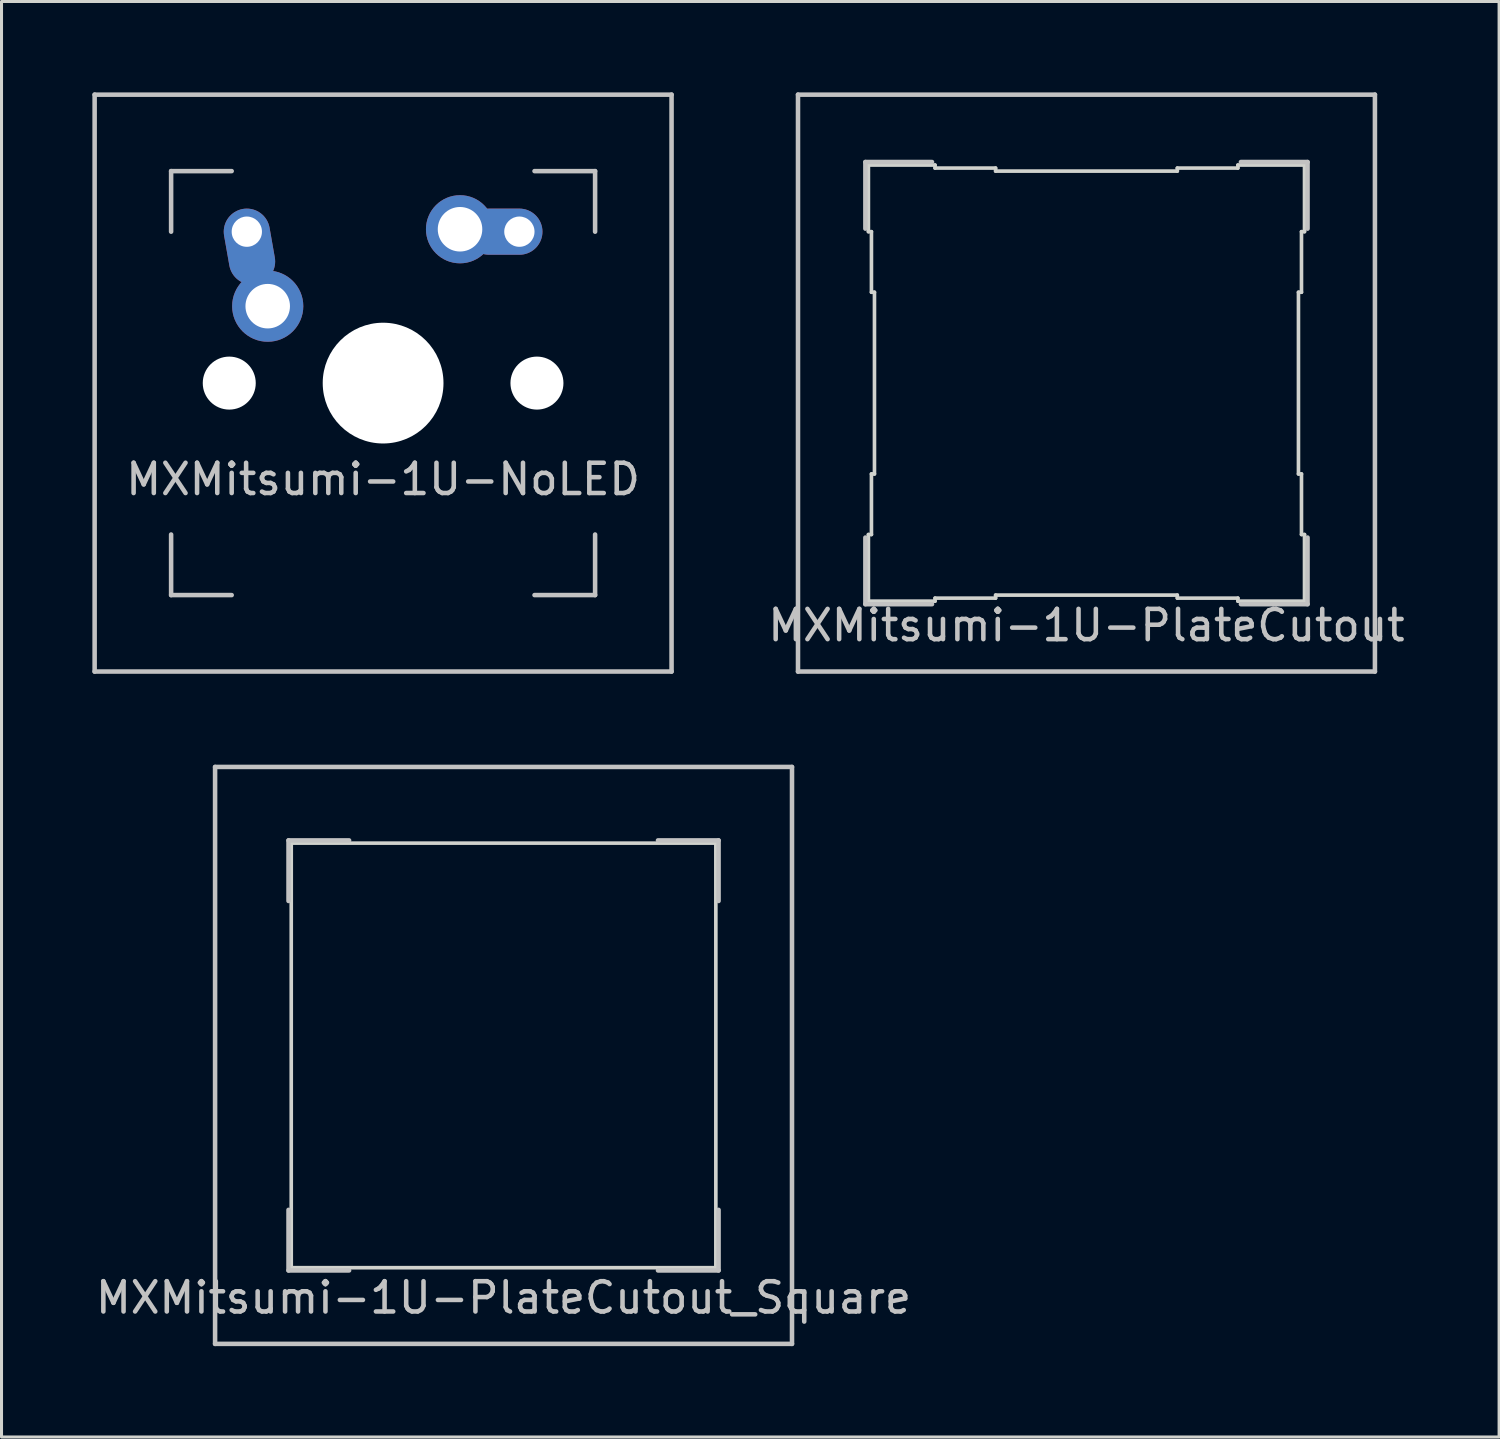
<source format=kicad_pcb>
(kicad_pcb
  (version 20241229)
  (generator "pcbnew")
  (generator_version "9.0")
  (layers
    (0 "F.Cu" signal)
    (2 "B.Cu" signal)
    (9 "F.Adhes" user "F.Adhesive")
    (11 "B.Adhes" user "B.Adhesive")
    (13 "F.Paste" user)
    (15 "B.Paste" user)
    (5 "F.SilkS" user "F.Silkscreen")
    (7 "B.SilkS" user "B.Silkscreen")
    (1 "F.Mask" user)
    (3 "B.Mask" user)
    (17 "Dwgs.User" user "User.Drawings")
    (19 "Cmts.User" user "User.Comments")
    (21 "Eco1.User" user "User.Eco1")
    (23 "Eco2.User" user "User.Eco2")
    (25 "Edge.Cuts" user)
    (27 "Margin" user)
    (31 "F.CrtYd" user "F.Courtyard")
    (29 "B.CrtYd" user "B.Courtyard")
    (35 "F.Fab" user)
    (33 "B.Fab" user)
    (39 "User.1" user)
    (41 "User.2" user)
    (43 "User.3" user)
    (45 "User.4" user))
  (footprint "MXMitsumi-1U-NoLED"
    (layer "F.Cu")
    (at 9.6 9.6)
    (property "Reference" "MXMitsumi-1U-NoLED" (at 0 3.175 0) (layer "Dwgs.User") (effects (font (size 1 1) (thickness 0.15))))
    (attr through_hole)
    (fp_line (start -9.525 -9.525) (end 9.525 -9.525) (stroke (width 0.15) (type solid)) (layer "Dwgs.User"))
    (fp_line (start -9.525 9.525) (end -9.525 -9.525) (stroke (width 0.15) (type solid)) (layer "Dwgs.User"))
    (fp_line (start -7 -7) (end -7 -5) (stroke (width 0.15) (type solid)) (layer "Dwgs.User"))
    (fp_line (start -7 5) (end -7 7) (stroke (width 0.15) (type solid)) (layer "Dwgs.User"))
    (fp_line (start -7 7) (end -5 7) (stroke (width 0.15) (type solid)) (layer "Dwgs.User"))
    (fp_line (start -5 -7) (end -7 -7) (stroke (width 0.15) (type solid)) (layer "Dwgs.User"))
    (fp_line (start 5 -7) (end 7 -7) (stroke (width 0.15) (type solid)) (layer "Dwgs.User"))
    (fp_line (start 5 7) (end 7 7) (stroke (width 0.15) (type solid)) (layer "Dwgs.User"))
    (fp_line (start 7 -7) (end 7 -5) (stroke (width 0.15) (type solid)) (layer "Dwgs.User"))
    (fp_line (start 7 7) (end 7 5) (stroke (width 0.15) (type solid)) (layer "Dwgs.User"))
    (fp_line (start 9.525 -9.525) (end 9.525 9.525) (stroke (width 0.15) (type solid)) (layer "Dwgs.User"))
    (fp_line (start 9.525 9.525) (end -9.525 9.525) (stroke (width 0.15) (type solid)) (layer "Dwgs.User"))
    (pad "" np_thru_hole circle (at -5.08 0 48.1) (size 1.75 1.75) (drill 1.75) (layers "*.Cu" "*.Mask"))
    (pad "" np_thru_hole circle (at 0 0) (size 3.988 3.988) (drill 3.988) (layers "*.Cu" "*.Mask"))
    (pad "" np_thru_hole circle (at 5.08 0 48.1) (size 1.75 1.75) (drill 1.75) (layers "*.Cu" "*.Mask"))
    (pad "1" thru_hole oval (at -4.5 -5 280) (size 2.524 1.524) (drill 1 (offset 0.5 0)) (layers "*.Cu" "B.Mask"))
    (pad "1" thru_hole circle (at -3.81 -2.54) (size 2.35 2.35) (drill 1.47) (layers "*.Cu" "B.Mask"))
    (pad "2" thru_hole circle (at 2.54 -5.08) (size 2.25 2.25) (drill 1.47) (layers "*.Cu" "B.Mask"))
    (pad "2" thru_hole oval (at 4.5 -5) (size 2.524 1.524) (drill 1 (offset -0.5 0)) (layers "*.Cu" "B.Mask")))
  (footprint "MXMitsumi-1U-PlateCutout_Square"
    (layer "F.Cu")
    (at 13.577 31.8)
    (property "Reference" "MXMitsumi-1U-PlateCutout_Square" (at 0 8 0) (layer "Dwgs.User") (effects (font (size 1 1) (thickness 0.15))))
    (attr through_hole)
    (fp_line (start -9.525 -9.525) (end 9.525 -9.525) (stroke (width 0.15) (type solid)) (layer "Dwgs.User"))
    (fp_line (start -9.525 9.525) (end -9.525 -9.525) (stroke (width 0.15) (type solid)) (layer "Dwgs.User"))
    (fp_line (start -7.1 -7.1) (end -7.1 -5.1) (stroke (width 0.15) (type solid)) (layer "Dwgs.User"))
    (fp_line (start -7.1 5.1) (end -7.1 7.1) (stroke (width 0.15) (type solid)) (layer "Dwgs.User"))
    (fp_line (start -7.1 7.1) (end -5.1 7.1) (stroke (width 0.15) (type solid)) (layer "Dwgs.User"))
    (fp_line (start -5.1 -7.1) (end -7.1 -7.1) (stroke (width 0.15) (type solid)) (layer "Dwgs.User"))
    (fp_line (start 5.1 -7.1) (end 7.1 -7.1) (stroke (width 0.15) (type solid)) (layer "Dwgs.User"))
    (fp_line (start 5.1 7.1) (end 7.1 7.1) (stroke (width 0.15) (type solid)) (layer "Dwgs.User"))
    (fp_line (start 7.1 -7.1) (end 7.1 -5.1) (stroke (width 0.15) (type solid)) (layer "Dwgs.User"))
    (fp_line (start 7.1 7.1) (end 7.1 5.1) (stroke (width 0.15) (type solid)) (layer "Dwgs.User"))
    (fp_line (start 9.525 -9.525) (end 9.525 9.525) (stroke (width 0.15) (type solid)) (layer "Dwgs.User"))
    (fp_line (start 9.525 9.525) (end -9.525 9.525) (stroke (width 0.15) (type solid)) (layer "Dwgs.User"))
    (fp_line (start -7.01 -7.01) (end 7.01 -7.01) (stroke (width 0.12) (type solid)) (layer "Edge.Cuts"))
    (fp_line (start -7.01 7.01) (end -7.01 -7.01) (stroke (width 0.12) (type solid)) (layer "Edge.Cuts"))
    (fp_line (start 7.01 -7.01) (end 7.01 7.01) (stroke (width 0.12) (type solid)) (layer "Edge.Cuts"))
    (fp_line (start 7.01 7.01) (end -7.01 7.01) (stroke (width 0.12) (type solid)) (layer "Edge.Cuts")))
  (footprint "MXMitsumi-1U-PlateCutout"
    (layer "F.Cu")
    (at 32.825 9.6)
    (property "Reference" "MXMitsumi-1U-PlateCutout" (at 0 8 0) (layer "Dwgs.User") (effects (font (size 1 1) (thickness 0.15))))
    (attr through_hole)
    (fp_line (start -9.525 -9.525) (end 9.525 -9.525) (stroke (width 0.15) (type solid)) (layer "Dwgs.User"))
    (fp_line (start -9.525 9.525) (end -9.525 -9.525) (stroke (width 0.15) (type solid)) (layer "Dwgs.User"))
    (fp_line (start -7.3 -7.3) (end -7.3 -5.1) (stroke (width 0.15) (type solid)) (layer "Dwgs.User"))
    (fp_line (start -7.3 5.1) (end -7.3 7.3) (stroke (width 0.15) (type solid)) (layer "Dwgs.User"))
    (fp_line (start -7.3 7.3) (end -5.1 7.3) (stroke (width 0.15) (type solid)) (layer "Dwgs.User"))
    (fp_line (start -5.1 -7.3) (end -7.3 -7.3) (stroke (width 0.15) (type solid)) (layer "Dwgs.User"))
    (fp_line (start 5.1 -7.3) (end 7.3 -7.3) (stroke (width 0.15) (type solid)) (layer "Dwgs.User"))
    (fp_line (start 5.1 7.3) (end 7.3 7.3) (stroke (width 0.15) (type solid)) (layer "Dwgs.User"))
    (fp_line (start 7.3 -7.3) (end 7.3 -5.1) (stroke (width 0.15) (type solid)) (layer "Dwgs.User"))
    (fp_line (start 7.3 7.3) (end 7.3 5.1) (stroke (width 0.15) (type solid)) (layer "Dwgs.User"))
    (fp_line (start 9.525 -9.525) (end 9.525 9.525) (stroke (width 0.15) (type solid)) (layer "Dwgs.User"))
    (fp_line (start 9.525 9.525) (end -9.525 9.525) (stroke (width 0.15) (type solid)) (layer "Dwgs.User"))
    (fp_line (start -7.2 -7.2) (end -7.2 -5) (stroke (width 0.12) (type solid)) (layer "Edge.Cuts"))
    (fp_line (start -7.2 -5) (end -7.1 -5) (stroke (width 0.12) (type solid)) (layer "Edge.Cuts"))
    (fp_line (start -7.2 5) (end -7.2 7.2) (stroke (width 0.12) (type solid)) (layer "Edge.Cuts"))
    (fp_line (start -7.2 5) (end -7.1 5) (stroke (width 0.12) (type solid)) (layer "Edge.Cuts"))
    (fp_line (start -7.1 -5) (end -7.1 -3) (stroke (width 0.12) (type solid)) (layer "Edge.Cuts"))
    (fp_line (start -7.1 -3) (end -7 -3) (stroke (width 0.12) (type solid)) (layer "Edge.Cuts"))
    (fp_line (start -7.1 3) (end -7.1 5) (stroke (width 0.12) (type solid)) (layer "Edge.Cuts"))
    (fp_line (start -7.1 3) (end -7 3) (stroke (width 0.12) (type solid)) (layer "Edge.Cuts"))
    (fp_line (start -7 3) (end -7 -3) (stroke (width 0.12) (type solid)) (layer "Edge.Cuts"))
    (fp_line (start -5 -7.2) (end -7.2 -7.2) (stroke (width 0.12) (type solid)) (layer "Edge.Cuts"))
    (fp_line (start -5 -7.2) (end -5 -7.1) (stroke (width 0.12) (type solid)) (layer "Edge.Cuts"))
    (fp_line (start -5 7.1) (end -5 7.2) (stroke (width 0.12) (type solid)) (layer "Edge.Cuts"))
    (fp_line (start -5 7.2) (end -7.2 7.2) (stroke (width 0.12) (type solid)) (layer "Edge.Cuts"))
    (fp_line (start -3 -7.1) (end -5 -7.1) (stroke (width 0.12) (type solid)) (layer "Edge.Cuts"))
    (fp_line (start -3 -7.1) (end -3 -7) (stroke (width 0.12) (type solid)) (layer "Edge.Cuts"))
    (fp_line (start -3 -7) (end 3 -7) (stroke (width 0.12) (type solid)) (layer "Edge.Cuts"))
    (fp_line (start -3 7) (end -3 7.1) (stroke (width 0.12) (type solid)) (layer "Edge.Cuts"))
    (fp_line (start -3 7.1) (end -5 7.1) (stroke (width 0.12) (type solid)) (layer "Edge.Cuts"))
    (fp_line (start 3 -7.1) (end 3 -7) (stroke (width 0.12) (type solid)) (layer "Edge.Cuts"))
    (fp_line (start 3 7) (end -3 7) (stroke (width 0.12) (type solid)) (layer "Edge.Cuts"))
    (fp_line (start 3 7) (end 3 7.1) (stroke (width 0.12) (type solid)) (layer "Edge.Cuts"))
    (fp_line (start 5 -7.2) (end 5 -7.1) (stroke (width 0.12) (type solid)) (layer "Edge.Cuts"))
    (fp_line (start 5 -7.1) (end 3 -7.1) (stroke (width 0.12) (type solid)) (layer "Edge.Cuts"))
    (fp_line (start 5 7.1) (end 3 7.1) (stroke (width 0.12) (type solid)) (layer "Edge.Cuts"))
    (fp_line (start 5 7.1) (end 5 7.2) (stroke (width 0.12) (type solid)) (layer "Edge.Cuts"))
    (fp_line (start 7 -3) (end 7 3) (stroke (width 0.12) (type solid)) (layer "Edge.Cuts"))
    (fp_line (start 7 -3) (end 7.1 -3) (stroke (width 0.12) (type solid)) (layer "Edge.Cuts"))
    (fp_line (start 7 3) (end 7.1 3) (stroke (width 0.12) (type solid)) (layer "Edge.Cuts"))
    (fp_line (start 7.1 -5) (end 7.1 -3) (stroke (width 0.12) (type solid)) (layer "Edge.Cuts"))
    (fp_line (start 7.1 -5) (end 7.2 -5) (stroke (width 0.12) (type solid)) (layer "Edge.Cuts"))
    (fp_line (start 7.1 3) (end 7.1 5) (stroke (width 0.12) (type solid)) (layer "Edge.Cuts"))
    (fp_line (start 7.1 5) (end 7.2 5) (stroke (width 0.12) (type solid)) (layer "Edge.Cuts"))
    (fp_line (start 7.2 -7.2) (end 5 -7.2) (stroke (width 0.12) (type solid)) (layer "Edge.Cuts"))
    (fp_line (start 7.2 -7.2) (end 7.2 -5) (stroke (width 0.12) (type solid)) (layer "Edge.Cuts"))
    (fp_line (start 7.2 5) (end 7.2 7.2) (stroke (width 0.12) (type solid)) (layer "Edge.Cuts"))
    (fp_line (start 7.2 7.2) (end 5 7.2) (stroke (width 0.12) (type solid)) (layer "Edge.Cuts")))
  (gr_rect
    (start -3 -3)
    (end 46.45 44.4)
    (stroke (width 0.1) (type default))
    (fill no)
    (layer "Edge.Cuts")))
</source>
